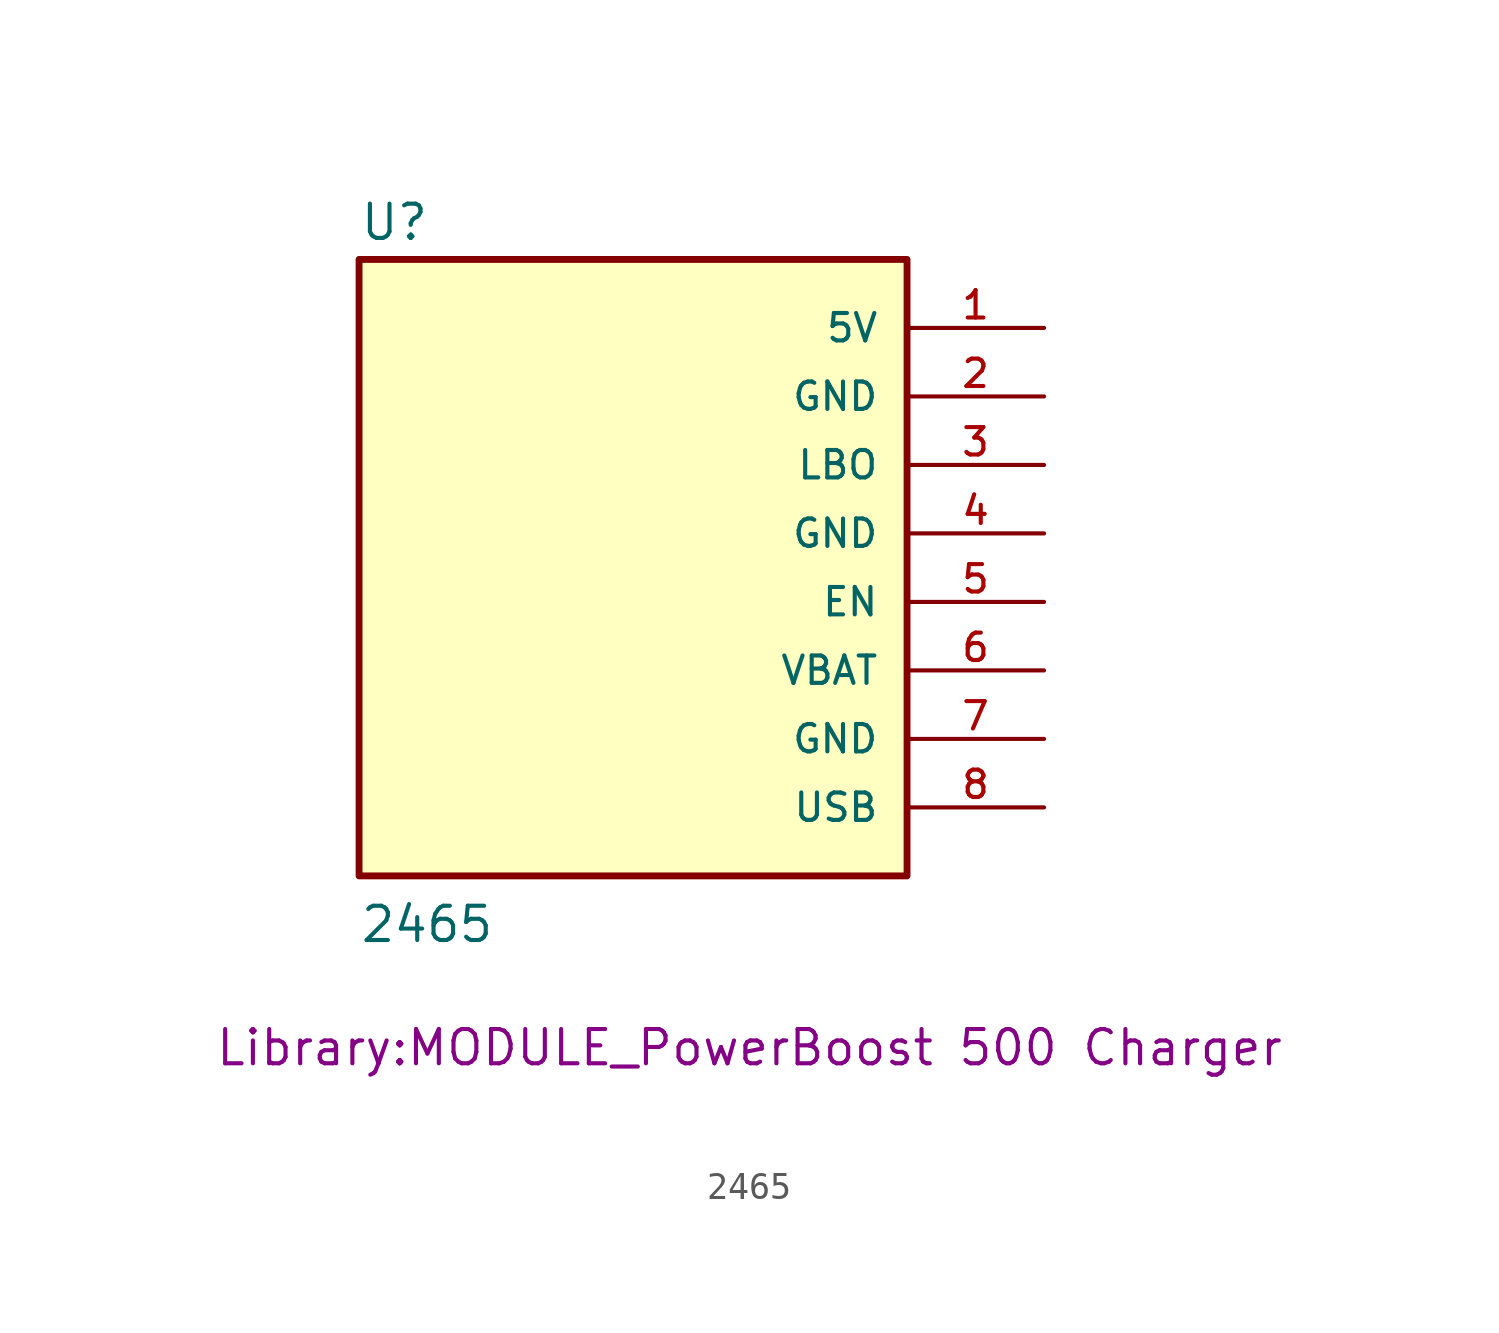
<source format=kicad_sym>
(kicad_symbol_lib
  (version 20231120)
  (generator "kicad_symbol_editor")
  (generator_version "8.0")
  (symbol "2465"
    (pin_names
      (offset 1.016))
    (property "Reference" "U"
      (at -10.16 10.795 0)
      (effects (font (size 1.27 1.27)) (justify left bottom)))
    (property "Value" "2465"
      (at -10.16 -15.24 0)
      (effects (font (size 1.27 1.27)) (justify left bottom)))
    (property "Footprint" "Library:MODULE_PowerBoost 500 Charger"
      (at 4.318 -19.812 0)
      (effects (font (size 1.27 1.27)) (justify bottom)))
    (symbol "2465_0_0"
      (rectangle (start -10.16 -12.7) (end 10.16 10.16) (stroke (width 0.254) (type default)) (fill (type background))))
    (symbol "2465_1_0"
      (pin power_in line (at 15.24 7.62 180) (length 5.08) (name "5V" (effects (font (size 1.016 1.016)))) (number "1" (effects (font (size 1.016 1.016)))))
      (pin power_in line (at 15.24 5.08 180) (length 5.08) (name "GND" (effects (font (size 1.016 1.016)))) (number "2" (effects (font (size 1.016 1.016)))))
      (pin power_in line (at 15.24 2.54 180) (length 5.08) (name "LBO" (effects (font (size 1.016 1.016)))) (number "3" (effects (font (size 1.016 1.016)))))
      (pin power_in line (at 15.24 0 180) (length 5.08) (name "GND" (effects (font (size 1.016 1.016)))) (number "4" (effects (font (size 1.016 1.016)))))
      (pin input line (at 15.24 -2.54 180) (length 5.08) (name "EN" (effects (font (size 1.016 1.016)))) (number "5" (effects (font (size 1.016 1.016)))))
      (pin output line (at 15.24 -5.08 180) (length 5.08) (name "VBAT" (effects (font (size 1.016 1.016)))) (number "6" (effects (font (size 1.016 1.016)))))
      (pin power_in line (at 15.24 -7.62 180) (length 5.08) (name "GND" (effects (font (size 1.016 1.016)))) (number "7" (effects (font (size 1.016 1.016)))))
      (pin power_in line (at 15.24 -10.16 180) (length 5.08) (name "USB" (effects (font (size 1.016 1.016)))) (number "8" (effects (font (size 1.016 1.016))))))))
</source>
